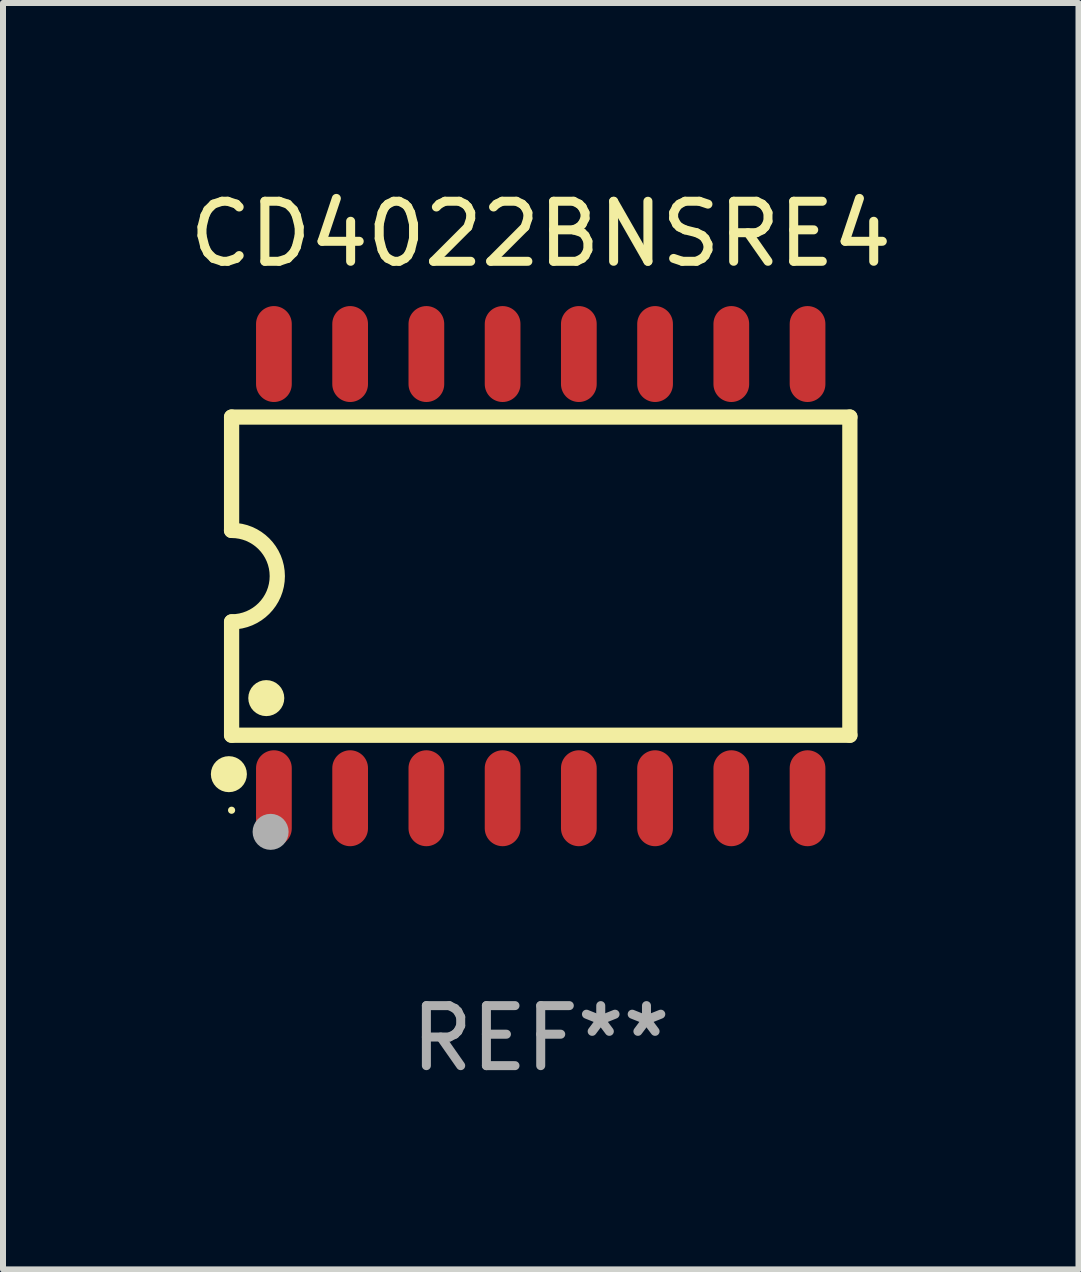
<source format=kicad_pcb>
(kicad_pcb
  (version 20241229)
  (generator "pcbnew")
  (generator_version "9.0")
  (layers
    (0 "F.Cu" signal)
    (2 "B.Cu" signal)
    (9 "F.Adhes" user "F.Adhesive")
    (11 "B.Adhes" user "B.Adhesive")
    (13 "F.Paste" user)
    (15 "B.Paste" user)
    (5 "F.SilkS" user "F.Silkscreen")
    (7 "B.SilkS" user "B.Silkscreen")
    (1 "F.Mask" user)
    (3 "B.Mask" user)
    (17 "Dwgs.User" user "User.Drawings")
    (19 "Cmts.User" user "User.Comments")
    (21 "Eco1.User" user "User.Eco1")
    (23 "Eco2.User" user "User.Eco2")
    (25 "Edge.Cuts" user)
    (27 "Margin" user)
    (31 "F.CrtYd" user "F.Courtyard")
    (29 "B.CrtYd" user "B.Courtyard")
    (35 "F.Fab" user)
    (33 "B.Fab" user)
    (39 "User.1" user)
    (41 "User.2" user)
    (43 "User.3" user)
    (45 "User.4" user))
  (footprint "CD4022BNSRE4"
    (layer "F.Cu")
    (at 5.958 6.548)
    (property "Reference" "CD4022BNSRE4" (at 0 -5.7 0) (layer "F.SilkS") (effects (font (size 1 1) (thickness 0.15))))
    (attr through_hole)
    (fp_line (start -5.15 -2.65) (end -5.15 -0.762) (stroke (width 0.254) (type solid)) (layer "F.SilkS"))
    (fp_line (start -5.15 -2.65) (end 5.15 -2.65) (stroke (width 0.254) (type solid)) (layer "F.SilkS"))
    (fp_line (start -5.15 2.65) (end -5.15 0.762) (stroke (width 0.254) (type solid)) (layer "F.SilkS"))
    (fp_line (start 5.15 -2.65) (end 5.15 2.65) (stroke (width 0.254) (type solid)) (layer "F.SilkS"))
    (fp_line (start 5.15 2.65) (end -5.15 2.65) (stroke (width 0.254) (type solid)) (layer "F.SilkS"))
    (fp_arc (start -5.151131 -0.762003) (mid -4.389128 -0.000559) (end -5.150013 0.762002) (stroke (width 0.254001) (type solid)) (layer "F.SilkS"))
    (fp_circle (center -5.195 3.299) (end -5.045 3.299) (stroke (width 0.3) (type solid)) (fill no) (layer "F.SilkS"))
    (fp_circle (center -5.15 3.9) (end -5.12 3.9) (stroke (width 0.06) (type solid)) (fill no) (layer "F.SilkS"))
    (fp_circle (center -4.572 2.032) (end -4.422 2.032) (stroke (width 0.3) (type solid)) (fill no) (layer "F.SilkS"))
    (fp_circle (center -4.5 4.26) (end -4.35 4.26) (stroke (width 0.3) (type solid)) (fill no) (layer "F.Fab"))
    (fp_text user "REF**" (at 0 7.7 0) (layer "F.Fab") (effects (font (size 1 1) (thickness 0.15))))
    (pad "1" smd oval (at -4.445 3.7) (size 0.595 1.598) (layers "F.Cu" "F.Mask" "F.Paste"))
    (pad "2" smd oval (at -3.175 3.7) (size 0.595 1.598) (layers "F.Cu" "F.Mask" "F.Paste"))
    (pad "3" smd oval (at -1.905 3.7) (size 0.595 1.598) (layers "F.Cu" "F.Mask" "F.Paste"))
    (pad "4" smd oval (at -0.635 3.7) (size 0.595 1.598) (layers "F.Cu" "F.Mask" "F.Paste"))
    (pad "5" smd oval (at 0.635 3.7) (size 0.595 1.598) (layers "F.Cu" "F.Mask" "F.Paste"))
    (pad "6" smd oval (at 1.905 3.7) (size 0.595 1.598) (layers "F.Cu" "F.Mask" "F.Paste"))
    (pad "7" smd oval (at 3.175 3.7) (size 0.595 1.598) (layers "F.Cu" "F.Mask" "F.Paste"))
    (pad "8" smd oval (at 4.445 3.7) (size 0.595 1.598) (layers "F.Cu" "F.Mask" "F.Paste"))
    (pad "9" smd oval (at 4.445 -3.7) (size 0.595 1.598) (layers "F.Cu" "F.Mask" "F.Paste"))
    (pad "10" smd oval (at 3.175 -3.7) (size 0.595 1.598) (layers "F.Cu" "F.Mask" "F.Paste"))
    (pad "11" smd oval (at 1.905 -3.7) (size 0.595 1.598) (layers "F.Cu" "F.Mask" "F.Paste"))
    (pad "12" smd oval (at 0.635 -3.7) (size 0.595 1.598) (layers "F.Cu" "F.Mask" "F.Paste"))
    (pad "13" smd oval (at -0.635 -3.7) (size 0.595 1.598) (layers "F.Cu" "F.Mask" "F.Paste"))
    (pad "14" smd oval (at -1.905 -3.7) (size 0.595 1.598) (layers "F.Cu" "F.Mask" "F.Paste"))
    (pad "15" smd oval (at -3.175 -3.7) (size 0.595 1.598) (layers "F.Cu" "F.Mask" "F.Paste"))
    (pad "16" smd oval (at -4.445 -3.7) (size 0.595 1.598) (layers "F.Cu" "F.Mask" "F.Paste")))
  (gr_rect
    (start -3 -3)
    (end 14.917 18.097)
    (stroke (width 0.1) (type default))
    (fill no)
    (layer "Edge.Cuts")))
</source>
